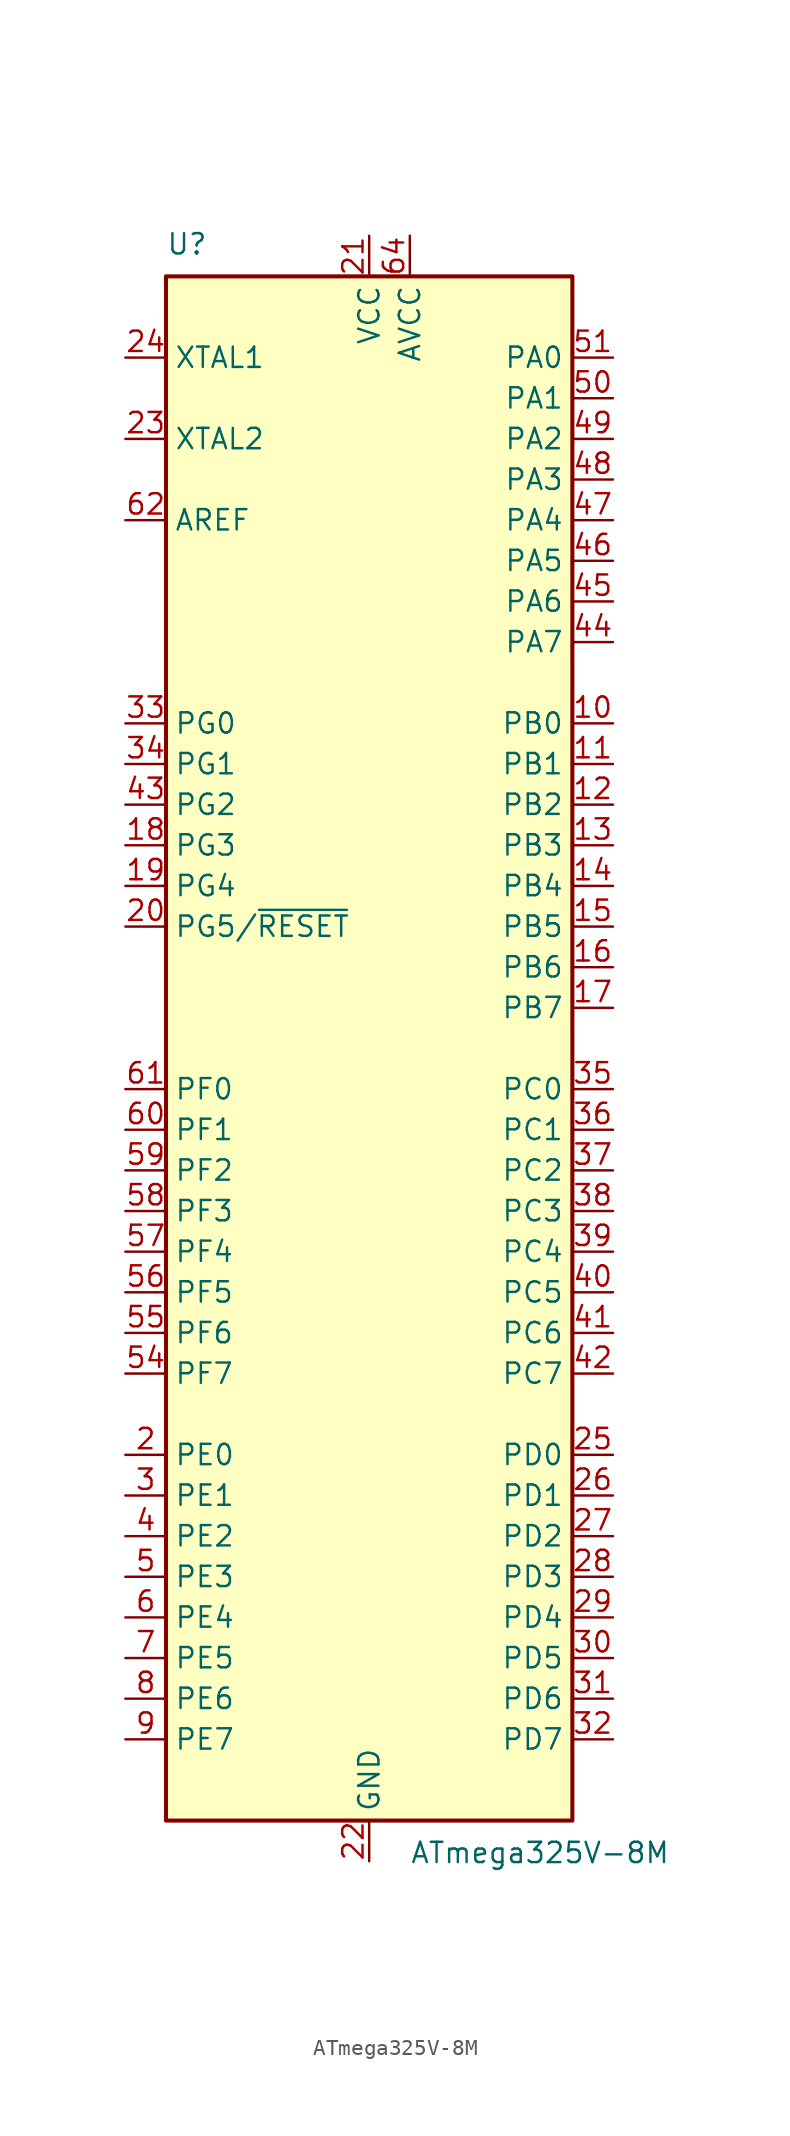
<source format=kicad_sym>
(kicad_symbol_lib
  (version 20241209)
  (generator "kicad_symbol_editor")
  (generator_version "9.0")
  (symbol "ATmega325V-8M"
    (property "Reference" "U"
      (at -12.7 49.53 0)
      (effects (font (size 1.27 1.27)) (justify left bottom)))
    (property "Value" "ATmega325V-8M"
      (at 2.54 -49.53 0)
      (effects (font (size 1.27 1.27)) (justify left top)))
    (symbol "ATmega325V-8M_0_1"
      (rectangle (start -12.7 -48.26) (end 12.7 48.26) (stroke (width 0.254) (type default)) (fill (type background))))
    (symbol "ATmega325V-8M_1_1"
      (pin input line (at -15.24 43.18 0) (length 2.54) (name "XTAL1" (effects (font (size 1.27 1.27)))) (number "24" (effects (font (size 1.27 1.27)))))
      (pin output line (at -15.24 38.1 0) (length 2.54) (name "XTAL2" (effects (font (size 1.27 1.27)))) (number "23" (effects (font (size 1.27 1.27)))))
      (pin passive line (at -15.24 33.02 0) (length 2.54) (name "AREF" (effects (font (size 1.27 1.27)))) (number "62" (effects (font (size 1.27 1.27)))))
      (pin bidirectional line (at -15.24 20.32 0) (length 2.54) (name "PG0" (effects (font (size 1.27 1.27)))) (number "33" (effects (font (size 1.27 1.27)))))
      (pin bidirectional line (at -15.24 17.78 0) (length 2.54) (name "PG1" (effects (font (size 1.27 1.27)))) (number "34" (effects (font (size 1.27 1.27)))))
      (pin bidirectional line (at -15.24 15.24 0) (length 2.54) (name "PG2" (effects (font (size 1.27 1.27)))) (number "43" (effects (font (size 1.27 1.27)))))
      (pin bidirectional line (at -15.24 12.7 0) (length 2.54) (name "PG3" (effects (font (size 1.27 1.27)))) (number "18" (effects (font (size 1.27 1.27)))))
      (pin bidirectional line (at -15.24 10.16 0) (length 2.54) (name "PG4" (effects (font (size 1.27 1.27)))) (number "19" (effects (font (size 1.27 1.27)))))
      (pin bidirectional line (at -15.24 7.62 0) (length 2.54) (name "PG5/~{RESET}" (effects (font (size 1.27 1.27)))) (number "20" (effects (font (size 1.27 1.27)))))
      (pin bidirectional line (at -15.24 -2.54 0) (length 2.54) (name "PF0" (effects (font (size 1.27 1.27)))) (number "61" (effects (font (size 1.27 1.27)))))
      (pin bidirectional line (at -15.24 -5.08 0) (length 2.54) (name "PF1" (effects (font (size 1.27 1.27)))) (number "60" (effects (font (size 1.27 1.27)))))
      (pin bidirectional line (at -15.24 -7.62 0) (length 2.54) (name "PF2" (effects (font (size 1.27 1.27)))) (number "59" (effects (font (size 1.27 1.27)))))
      (pin bidirectional line (at -15.24 -10.16 0) (length 2.54) (name "PF3" (effects (font (size 1.27 1.27)))) (number "58" (effects (font (size 1.27 1.27)))))
      (pin bidirectional line (at -15.24 -12.7 0) (length 2.54) (name "PF4" (effects (font (size 1.27 1.27)))) (number "57" (effects (font (size 1.27 1.27)))))
      (pin bidirectional line (at -15.24 -15.24 0) (length 2.54) (name "PF5" (effects (font (size 1.27 1.27)))) (number "56" (effects (font (size 1.27 1.27)))))
      (pin bidirectional line (at -15.24 -17.78 0) (length 2.54) (name "PF6" (effects (font (size 1.27 1.27)))) (number "55" (effects (font (size 1.27 1.27)))))
      (pin bidirectional line (at -15.24 -20.32 0) (length 2.54) (name "PF7" (effects (font (size 1.27 1.27)))) (number "54" (effects (font (size 1.27 1.27)))))
      (pin bidirectional line (at -15.24 -25.4 0) (length 2.54) (name "PE0" (effects (font (size 1.27 1.27)))) (number "2" (effects (font (size 1.27 1.27)))))
      (pin bidirectional line (at -15.24 -27.94 0) (length 2.54) (name "PE1" (effects (font (size 1.27 1.27)))) (number "3" (effects (font (size 1.27 1.27)))))
      (pin bidirectional line (at -15.24 -30.48 0) (length 2.54) (name "PE2" (effects (font (size 1.27 1.27)))) (number "4" (effects (font (size 1.27 1.27)))))
      (pin bidirectional line (at -15.24 -33.02 0) (length 2.54) (name "PE3" (effects (font (size 1.27 1.27)))) (number "5" (effects (font (size 1.27 1.27)))))
      (pin bidirectional line (at -15.24 -35.56 0) (length 2.54) (name "PE4" (effects (font (size 1.27 1.27)))) (number "6" (effects (font (size 1.27 1.27)))))
      (pin bidirectional line (at -15.24 -38.1 0) (length 2.54) (name "PE5" (effects (font (size 1.27 1.27)))) (number "7" (effects (font (size 1.27 1.27)))))
      (pin bidirectional line (at -15.24 -40.64 0) (length 2.54) (name "PE6" (effects (font (size 1.27 1.27)))) (number "8" (effects (font (size 1.27 1.27)))))
      (pin bidirectional line (at -15.24 -43.18 0) (length 2.54) (name "PE7" (effects (font (size 1.27 1.27)))) (number "9" (effects (font (size 1.27 1.27)))))
      (pin no_connect line (at -12.7 -45.72 0) (length 2.54) (hide yes) (name "NC" (effects (font (size 1.27 1.27)))) (number "1" (effects (font (size 1.27 1.27)))))
      (pin power_in line (at 0 50.8 270) (length 2.54) (name "VCC" (effects (font (size 1.27 1.27)))) (number "21" (effects (font (size 1.27 1.27)))))
      (pin passive line (at 0 50.8 270) (length 2.54) (hide yes) (name "VCC" (effects (font (size 1.27 1.27)))) (number "52" (effects (font (size 1.27 1.27)))))
      (pin power_in line (at 0 -50.8 90) (length 2.54) (name "GND" (effects (font (size 1.27 1.27)))) (number "22" (effects (font (size 1.27 1.27)))))
      (pin passive line (at 0 -50.8 90) (length 2.54) (hide yes) (name "GND" (effects (font (size 1.27 1.27)))) (number "53" (effects (font (size 1.27 1.27)))))
      (pin passive line (at 0 -50.8 90) (length 2.54) (hide yes) (name "GND" (effects (font (size 1.27 1.27)))) (number "63" (effects (font (size 1.27 1.27)))))
      (pin passive line (at 0 -50.8 90) (length 2.54) (hide yes) (name "GND" (effects (font (size 1.27 1.27)))) (number "65" (effects (font (size 1.27 1.27)))))
      (pin power_in line (at 2.54 50.8 270) (length 2.54) (name "AVCC" (effects (font (size 1.27 1.27)))) (number "64" (effects (font (size 1.27 1.27)))))
      (pin bidirectional line (at 15.24 43.18 180) (length 2.54) (name "PA0" (effects (font (size 1.27 1.27)))) (number "51" (effects (font (size 1.27 1.27)))))
      (pin bidirectional line (at 15.24 40.64 180) (length 2.54) (name "PA1" (effects (font (size 1.27 1.27)))) (number "50" (effects (font (size 1.27 1.27)))))
      (pin bidirectional line (at 15.24 38.1 180) (length 2.54) (name "PA2" (effects (font (size 1.27 1.27)))) (number "49" (effects (font (size 1.27 1.27)))))
      (pin bidirectional line (at 15.24 35.56 180) (length 2.54) (name "PA3" (effects (font (size 1.27 1.27)))) (number "48" (effects (font (size 1.27 1.27)))))
      (pin bidirectional line (at 15.24 33.02 180) (length 2.54) (name "PA4" (effects (font (size 1.27 1.27)))) (number "47" (effects (font (size 1.27 1.27)))))
      (pin bidirectional line (at 15.24 30.48 180) (length 2.54) (name "PA5" (effects (font (size 1.27 1.27)))) (number "46" (effects (font (size 1.27 1.27)))))
      (pin bidirectional line (at 15.24 27.94 180) (length 2.54) (name "PA6" (effects (font (size 1.27 1.27)))) (number "45" (effects (font (size 1.27 1.27)))))
      (pin bidirectional line (at 15.24 25.4 180) (length 2.54) (name "PA7" (effects (font (size 1.27 1.27)))) (number "44" (effects (font (size 1.27 1.27)))))
      (pin bidirectional line (at 15.24 20.32 180) (length 2.54) (name "PB0" (effects (font (size 1.27 1.27)))) (number "10" (effects (font (size 1.27 1.27)))))
      (pin bidirectional line (at 15.24 17.78 180) (length 2.54) (name "PB1" (effects (font (size 1.27 1.27)))) (number "11" (effects (font (size 1.27 1.27)))))
      (pin bidirectional line (at 15.24 15.24 180) (length 2.54) (name "PB2" (effects (font (size 1.27 1.27)))) (number "12" (effects (font (size 1.27 1.27)))))
      (pin bidirectional line (at 15.24 12.7 180) (length 2.54) (name "PB3" (effects (font (size 1.27 1.27)))) (number "13" (effects (font (size 1.27 1.27)))))
      (pin bidirectional line (at 15.24 10.16 180) (length 2.54) (name "PB4" (effects (font (size 1.27 1.27)))) (number "14" (effects (font (size 1.27 1.27)))))
      (pin bidirectional line (at 15.24 7.62 180) (length 2.54) (name "PB5" (effects (font (size 1.27 1.27)))) (number "15" (effects (font (size 1.27 1.27)))))
      (pin bidirectional line (at 15.24 5.08 180) (length 2.54) (name "PB6" (effects (font (size 1.27 1.27)))) (number "16" (effects (font (size 1.27 1.27)))))
      (pin bidirectional line (at 15.24 2.54 180) (length 2.54) (name "PB7" (effects (font (size 1.27 1.27)))) (number "17" (effects (font (size 1.27 1.27)))))
      (pin bidirectional line (at 15.24 -2.54 180) (length 2.54) (name "PC0" (effects (font (size 1.27 1.27)))) (number "35" (effects (font (size 1.27 1.27)))))
      (pin bidirectional line (at 15.24 -5.08 180) (length 2.54) (name "PC1" (effects (font (size 1.27 1.27)))) (number "36" (effects (font (size 1.27 1.27)))))
      (pin bidirectional line (at 15.24 -7.62 180) (length 2.54) (name "PC2" (effects (font (size 1.27 1.27)))) (number "37" (effects (font (size 1.27 1.27)))))
      (pin bidirectional line (at 15.24 -10.16 180) (length 2.54) (name "PC3" (effects (font (size 1.27 1.27)))) (number "38" (effects (font (size 1.27 1.27)))))
      (pin bidirectional line (at 15.24 -12.7 180) (length 2.54) (name "PC4" (effects (font (size 1.27 1.27)))) (number "39" (effects (font (size 1.27 1.27)))))
      (pin bidirectional line (at 15.24 -15.24 180) (length 2.54) (name "PC5" (effects (font (size 1.27 1.27)))) (number "40" (effects (font (size 1.27 1.27)))))
      (pin bidirectional line (at 15.24 -17.78 180) (length 2.54) (name "PC6" (effects (font (size 1.27 1.27)))) (number "41" (effects (font (size 1.27 1.27)))))
      (pin bidirectional line (at 15.24 -20.32 180) (length 2.54) (name "PC7" (effects (font (size 1.27 1.27)))) (number "42" (effects (font (size 1.27 1.27)))))
      (pin bidirectional line (at 15.24 -25.4 180) (length 2.54) (name "PD0" (effects (font (size 1.27 1.27)))) (number "25" (effects (font (size 1.27 1.27)))))
      (pin bidirectional line (at 15.24 -27.94 180) (length 2.54) (name "PD1" (effects (font (size 1.27 1.27)))) (number "26" (effects (font (size 1.27 1.27)))))
      (pin bidirectional line (at 15.24 -30.48 180) (length 2.54) (name "PD2" (effects (font (size 1.27 1.27)))) (number "27" (effects (font (size 1.27 1.27)))))
      (pin bidirectional line (at 15.24 -33.02 180) (length 2.54) (name "PD3" (effects (font (size 1.27 1.27)))) (number "28" (effects (font (size 1.27 1.27)))))
      (pin bidirectional line (at 15.24 -35.56 180) (length 2.54) (name "PD4" (effects (font (size 1.27 1.27)))) (number "29" (effects (font (size 1.27 1.27)))))
      (pin bidirectional line (at 15.24 -38.1 180) (length 2.54) (name "PD5" (effects (font (size 1.27 1.27)))) (number "30" (effects (font (size 1.27 1.27)))))
      (pin bidirectional line (at 15.24 -40.64 180) (length 2.54) (name "PD6" (effects (font (size 1.27 1.27)))) (number "31" (effects (font (size 1.27 1.27)))))
      (pin bidirectional line (at 15.24 -43.18 180) (length 2.54) (name "PD7" (effects (font (size 1.27 1.27)))) (number "32" (effects (font (size 1.27 1.27))))))))
</source>
